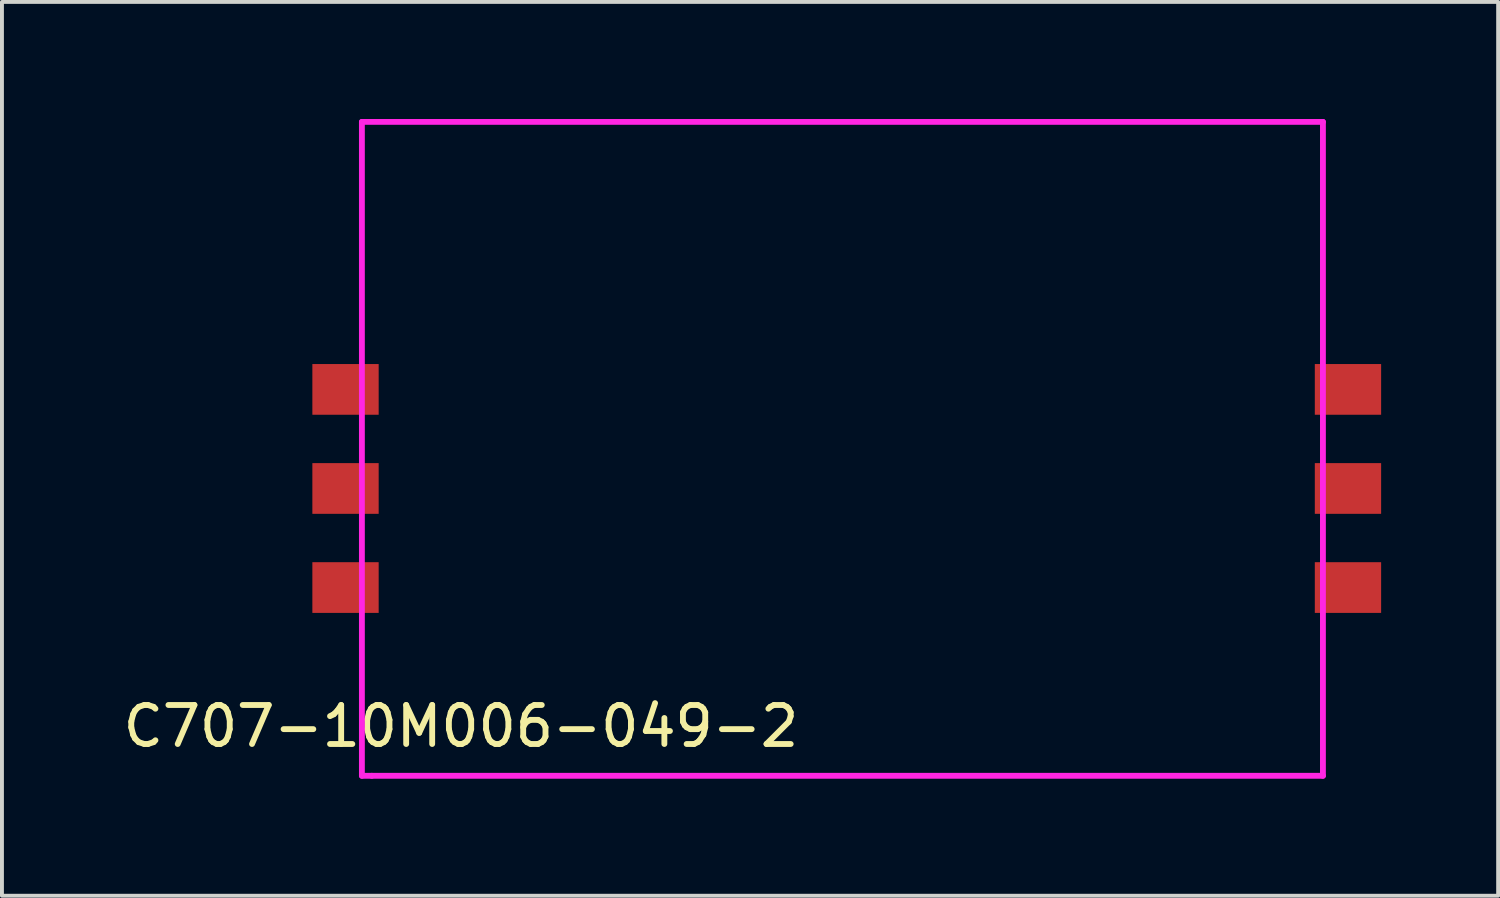
<source format=kicad_pcb>
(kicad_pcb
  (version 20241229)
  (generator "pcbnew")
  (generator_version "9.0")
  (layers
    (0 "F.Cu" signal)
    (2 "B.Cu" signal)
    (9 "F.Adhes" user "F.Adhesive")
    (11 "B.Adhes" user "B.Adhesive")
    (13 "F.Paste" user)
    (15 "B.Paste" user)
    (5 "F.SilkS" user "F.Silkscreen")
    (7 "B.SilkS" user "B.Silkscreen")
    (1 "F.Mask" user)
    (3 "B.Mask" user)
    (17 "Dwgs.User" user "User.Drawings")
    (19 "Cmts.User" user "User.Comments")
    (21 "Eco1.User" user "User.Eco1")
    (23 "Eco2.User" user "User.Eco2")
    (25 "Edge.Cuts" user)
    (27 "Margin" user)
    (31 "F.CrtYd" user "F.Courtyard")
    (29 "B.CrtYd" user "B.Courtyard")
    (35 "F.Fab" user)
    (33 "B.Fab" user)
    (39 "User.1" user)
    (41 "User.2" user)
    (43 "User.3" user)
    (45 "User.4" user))
  (footprint "C707-10M006-049-2"
    (layer "F.Cu")
    (at 4.958 6.933)
    (property "Reference" "C707-10M006-049-2" (at 3.81 8.636 0) (layer "F.SilkS") (effects (font (size 1 1) (thickness 0.15))))
    (attr through_hole)
    (fp_circle (center 5.81 -4.82) (end 5.81 -4) (stroke (width 0.15) (type solid)) (fill no) (layer "F.Mask"))
    (fp_circle (center 21.81 7.18) (end 20.5 7.18) (stroke (width 0.15) (type solid)) (fill no) (layer "F.Mask"))
    (fp_line (start 1.27 -6.858) (end 25.908 -6.858) (stroke (width 0.15) (type solid)) (layer "F.CrtYd"))
    (fp_line (start 1.27 9.906) (end 1.27 -6.858) (stroke (width 0.15) (type solid)) (layer "F.CrtYd"))
    (fp_line (start 1.524 9.906) (end 1.27 9.906) (stroke (width 0.15) (type solid)) (layer "F.CrtYd"))
    (fp_line (start 25.908 -6.858) (end 25.908 9.906) (stroke (width 0.15) (type solid)) (layer "F.CrtYd"))
    (fp_line (start 25.908 9.906) (end 1.524 9.906) (stroke (width 0.15) (type solid)) (layer "F.CrtYd"))
    (pad "1" smd rect (at 0 5.08) (size 1.7 1.3) (drill (offset 0.85 0)) (layers "F.Cu" "F.Mask" "F.Paste"))
    (pad "2" smd rect (at 0 2.54) (size 1.7 1.3) (drill (offset 0.85 0)) (layers "F.Cu" "F.Mask" "F.Paste"))
    (pad "3" smd rect (at 0 0) (size 1.7 1.3) (drill (offset 0.85 0)) (layers "F.Cu" "F.Mask" "F.Paste"))
    (pad "4" smd rect (at 27.4 5.08) (size 1.7 1.3) (drill (offset -0.85 0)) (layers "F.Cu" "F.Mask" "F.Paste"))
    (pad "5" smd rect (at 27.4 2.54) (size 1.7 1.3) (drill (offset -0.85 0)) (layers "F.Cu" "F.Mask" "F.Paste"))
    (pad "6" smd rect (at 27.4 0) (size 1.7 1.3) (drill (offset -0.85 0)) (layers "F.Cu" "F.Mask" "F.Paste")))
  (gr_rect
    (start -3 -3)
    (end 35.358 19.914)
    (stroke (width 0.1) (type default))
    (fill no)
    (layer "Edge.Cuts")))
</source>
